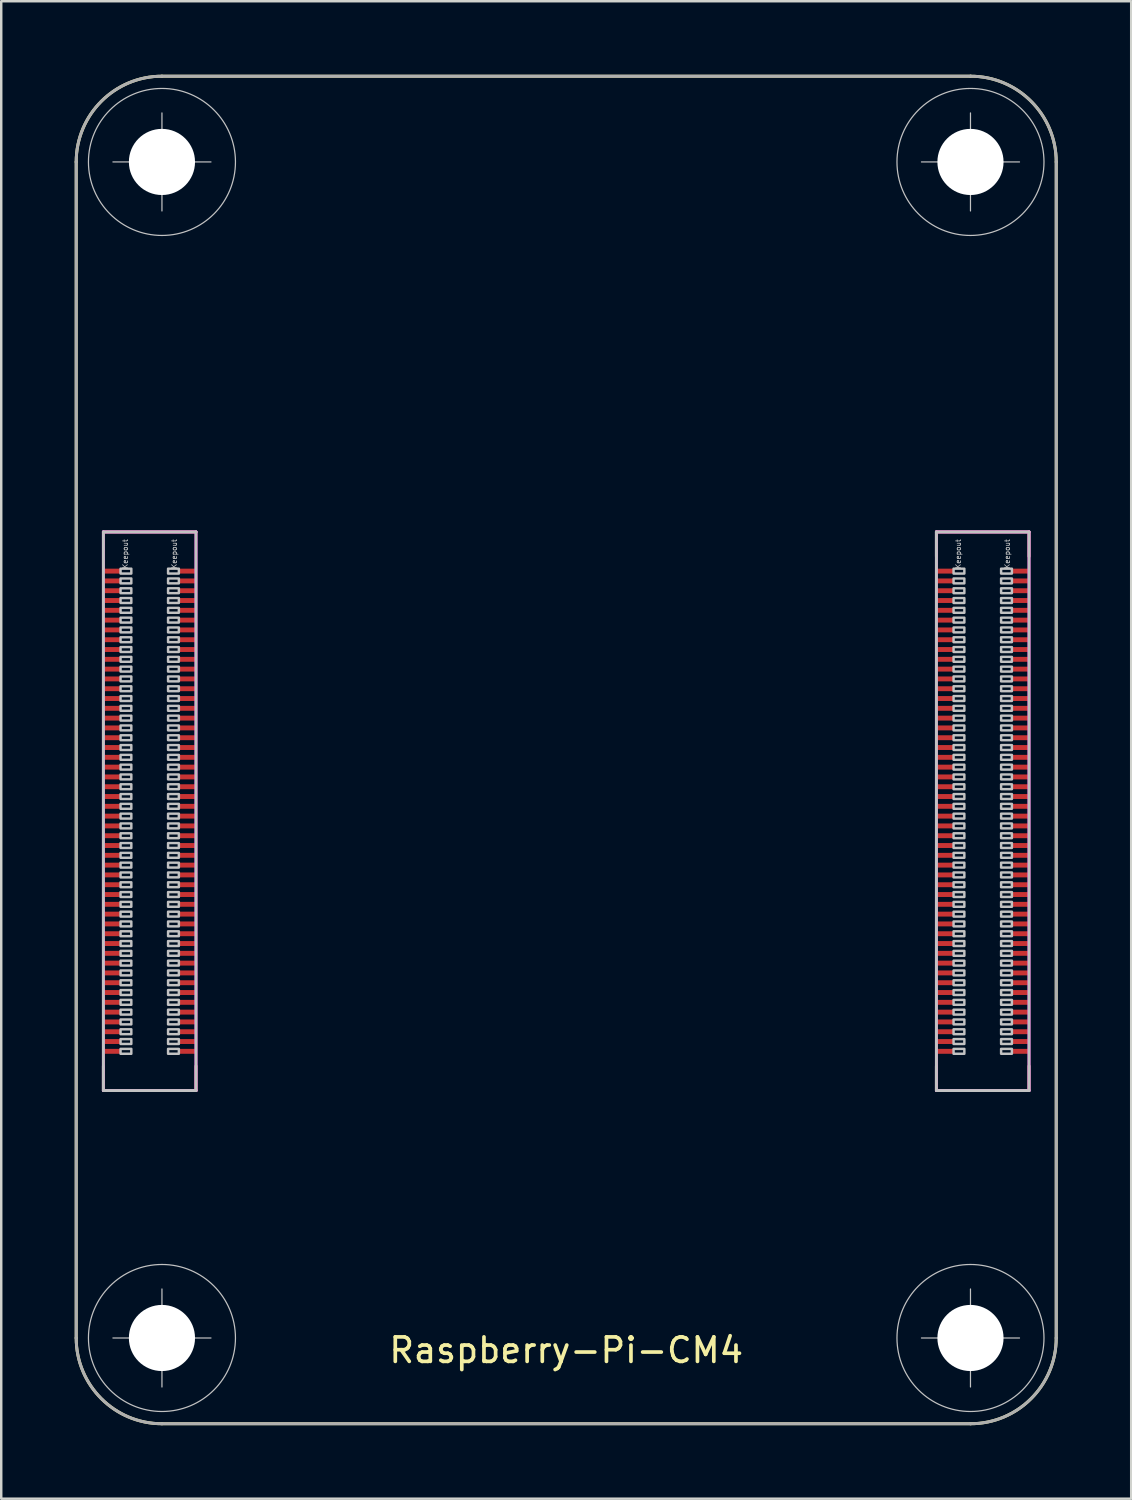
<source format=kicad_pcb>
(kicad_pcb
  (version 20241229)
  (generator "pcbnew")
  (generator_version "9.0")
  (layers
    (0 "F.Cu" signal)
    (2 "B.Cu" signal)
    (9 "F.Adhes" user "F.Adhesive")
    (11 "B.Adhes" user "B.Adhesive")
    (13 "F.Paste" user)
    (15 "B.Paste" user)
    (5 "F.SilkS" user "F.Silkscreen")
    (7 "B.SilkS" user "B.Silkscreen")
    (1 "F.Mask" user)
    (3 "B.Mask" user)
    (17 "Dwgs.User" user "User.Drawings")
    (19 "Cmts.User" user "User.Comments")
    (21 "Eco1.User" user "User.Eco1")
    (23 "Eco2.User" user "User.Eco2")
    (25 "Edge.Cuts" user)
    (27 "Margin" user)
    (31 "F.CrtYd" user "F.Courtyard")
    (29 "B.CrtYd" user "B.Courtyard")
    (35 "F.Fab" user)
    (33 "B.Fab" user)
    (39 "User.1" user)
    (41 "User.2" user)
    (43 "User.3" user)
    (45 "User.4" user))
  (footprint "Raspberry-Pi-CM4"
    (layer "F.Cu")
    (at 20.06 30.06)
    (property "Reference" "Raspberry-Pi-CM4" (at 0 22 0) (layer "F.SilkS") (effects (font (size 1 1) (thickness 0.15))))
    (attr smd)
    (fp_line (start -20 -26.5) (end -20 21.5) (stroke (width 0.12) (type solid)) (layer "F.SilkS"))
    (fp_line (start -18.89 -11.4) (end -15.11 -11.4) (stroke (width 0.12) (type solid)) (layer "F.SilkS"))
    (fp_line (start -18.89 11.4) (end -18.89 10.4) (stroke (width 0.12) (type solid)) (layer "F.SilkS"))
    (fp_line (start -18.89 11.4) (end -15.11 11.4) (stroke (width 0.12) (type solid)) (layer "F.SilkS"))
    (fp_line (start -16.5 25) (end 16.5 25) (stroke (width 0.12) (type solid)) (layer "F.SilkS"))
    (fp_line (start -15.11 11.4) (end -15.11 10.4) (stroke (width 0.12) (type solid)) (layer "F.SilkS"))
    (fp_line (start 15.11 -11.4) (end 15.11 -10.4) (stroke (width 0.12) (type solid)) (layer "F.SilkS"))
    (fp_line (start 15.11 -11.4) (end 18.89 -11.4) (stroke (width 0.12) (type solid)) (layer "F.SilkS"))
    (fp_line (start 15.11 11.4) (end 15.11 10.4) (stroke (width 0.12) (type solid)) (layer "F.SilkS"))
    (fp_line (start 15.11 11.4) (end 18.89 11.4) (stroke (width 0.12) (type solid)) (layer "F.SilkS"))
    (fp_line (start 16.5 -30) (end -16.5 -30) (stroke (width 0.12) (type solid)) (layer "F.SilkS"))
    (fp_line (start 18.89 -11.4) (end 18.89 -10.4) (stroke (width 0.12) (type solid)) (layer "F.SilkS"))
    (fp_line (start 18.89 11.4) (end 18.89 10.4) (stroke (width 0.12) (type solid)) (layer "F.SilkS"))
    (fp_line (start 20 21.5) (end 20 -26.5) (stroke (width 0.12) (type solid)) (layer "F.SilkS"))
    (fp_arc (start -20 -26.5) (mid -18.974874 -28.974874) (end -16.5 -30) (stroke (width 0.12) (type solid)) (layer "F.SilkS"))
    (fp_arc (start -16.5 25) (mid -18.974874 23.974874) (end -20 21.5) (stroke (width 0.12) (type solid)) (layer "F.SilkS"))
    (fp_arc (start 16.5 -30) (mid 18.974874 -28.974874) (end 20 -26.5) (stroke (width 0.12) (type solid)) (layer "F.SilkS"))
    (fp_arc (start 20 21.5) (mid 18.974874 23.974874) (end 16.5 25) (stroke (width 0.12) (type solid)) (layer "F.SilkS"))
    (fp_line (start -18.89 -11.4) (end -15.11 -11.4) (stroke (width 0.12) (type solid)) (layer "Dwgs.User"))
    (fp_line (start -18.89 11.4) (end -18.89 -11.4) (stroke (width 0.12) (type solid)) (layer "Dwgs.User"))
    (fp_line (start -16.5 -26.5) (end -18.5 -26.5) (stroke (width 0.05) (type solid)) (layer "Dwgs.User"))
    (fp_line (start -16.5 -26.5) (end -16.5 -28.5) (stroke (width 0.05) (type solid)) (layer "Dwgs.User"))
    (fp_line (start -16.5 -26.5) (end -16.5 -24.5) (stroke (width 0.05) (type solid)) (layer "Dwgs.User"))
    (fp_line (start -16.5 -26.5) (end -14.5 -26.5) (stroke (width 0.05) (type solid)) (layer "Dwgs.User"))
    (fp_line (start -16.5 21.5) (end -18.5 21.5) (stroke (width 0.05) (type solid)) (layer "Dwgs.User"))
    (fp_line (start -16.5 21.5) (end -16.5 19.5) (stroke (width 0.05) (type solid)) (layer "Dwgs.User"))
    (fp_line (start -16.5 21.5) (end -16.5 23.5) (stroke (width 0.05) (type solid)) (layer "Dwgs.User"))
    (fp_line (start -16.5 21.5) (end -14.5 21.5) (stroke (width 0.05) (type solid)) (layer "Dwgs.User"))
    (fp_line (start -15.11 -11.4) (end -15.11 11.4) (stroke (width 0.12) (type solid)) (layer "Dwgs.User"))
    (fp_line (start -15.11 11.4) (end -18.89 11.4) (stroke (width 0.12) (type solid)) (layer "Dwgs.User"))
    (fp_line (start 15.11 -11.4) (end 18.89 -11.4) (stroke (width 0.12) (type solid)) (layer "Dwgs.User"))
    (fp_line (start 15.11 11.4) (end 15.11 -11.4) (stroke (width 0.12) (type solid)) (layer "Dwgs.User"))
    (fp_line (start 16.5 -26.5) (end 14.5 -26.5) (stroke (width 0.05) (type solid)) (layer "Dwgs.User"))
    (fp_line (start 16.5 -26.5) (end 16.5 -28.5) (stroke (width 0.05) (type solid)) (layer "Dwgs.User"))
    (fp_line (start 16.5 -26.5) (end 16.5 -24.5) (stroke (width 0.05) (type solid)) (layer "Dwgs.User"))
    (fp_line (start 16.5 -26.5) (end 18.5 -26.5) (stroke (width 0.05) (type solid)) (layer "Dwgs.User"))
    (fp_line (start 16.5 21.5) (end 14.5 21.5) (stroke (width 0.05) (type solid)) (layer "Dwgs.User"))
    (fp_line (start 16.5 21.5) (end 16.5 19.5) (stroke (width 0.05) (type solid)) (layer "Dwgs.User"))
    (fp_line (start 16.5 21.5) (end 16.5 23.5) (stroke (width 0.05) (type solid)) (layer "Dwgs.User"))
    (fp_line (start 16.5 21.5) (end 18.5 21.5) (stroke (width 0.05) (type solid)) (layer "Dwgs.User"))
    (fp_line (start 18.89 -11.4) (end 18.89 11.4) (stroke (width 0.12) (type solid)) (layer "Dwgs.User"))
    (fp_line (start 18.89 11.4) (end 15.11 11.4) (stroke (width 0.12) (type solid)) (layer "Dwgs.User"))
    (fp_circle (center -16.5 -26.5) (end -13.5 -26.5) (stroke (width 0.05) (type solid)) (fill no) (layer "Dwgs.User"))
    (fp_circle (center -16.5 21.5) (end -13.5 21.5) (stroke (width 0.05) (type solid)) (fill no) (layer "Dwgs.User"))
    (fp_circle (center 16.5 -26.5) (end 19.5 -26.5) (stroke (width 0.05) (type solid)) (fill no) (layer "Dwgs.User"))
    (fp_circle (center 16.5 21.5) (end 19.5 21.5) (stroke (width 0.05) (type solid)) (fill no) (layer "Dwgs.User"))
    (fp_poly (pts (xy -17.75 -9.7) (xy -18.19 -9.7) (xy -18.19 -9.9) (xy -17.75 -9.9)) (stroke (width 0.1) (type solid)) (fill no) (layer "Dwgs.User"))
    (fp_poly (pts (xy -17.75 -9.3) (xy -18.19 -9.3) (xy -18.19 -9.5) (xy -17.75 -9.5)) (stroke (width 0.1) (type solid)) (fill no) (layer "Dwgs.User"))
    (fp_poly (pts (xy -17.75 -8.9) (xy -18.19 -8.9) (xy -18.19 -9.1) (xy -17.75 -9.1)) (stroke (width 0.1) (type solid)) (fill no) (layer "Dwgs.User"))
    (fp_poly (pts (xy -17.75 -8.5) (xy -18.19 -8.5) (xy -18.19 -8.7) (xy -17.75 -8.7)) (stroke (width 0.1) (type solid)) (fill no) (layer "Dwgs.User"))
    (fp_poly (pts (xy -17.75 -8.1) (xy -18.19 -8.1) (xy -18.19 -8.3) (xy -17.75 -8.3)) (stroke (width 0.1) (type solid)) (fill no) (layer "Dwgs.User"))
    (fp_poly (pts (xy -17.75 -7.7) (xy -18.19 -7.7) (xy -18.19 -7.9) (xy -17.75 -7.9)) (stroke (width 0.1) (type solid)) (fill no) (layer "Dwgs.User"))
    (fp_poly (pts (xy -17.75 -7.3) (xy -18.19 -7.3) (xy -18.19 -7.5) (xy -17.75 -7.5)) (stroke (width 0.1) (type solid)) (fill no) (layer "Dwgs.User"))
    (fp_poly (pts (xy -17.75 -6.9) (xy -18.19 -6.9) (xy -18.19 -7.1) (xy -17.75 -7.1)) (stroke (width 0.1) (type solid)) (fill no) (layer "Dwgs.User"))
    (fp_poly (pts (xy -17.75 -6.5) (xy -18.19 -6.5) (xy -18.19 -6.7) (xy -17.75 -6.7)) (stroke (width 0.1) (type solid)) (fill no) (layer "Dwgs.User"))
    (fp_poly (pts (xy -17.75 -6.1) (xy -18.19 -6.1) (xy -18.19 -6.3) (xy -17.75 -6.3)) (stroke (width 0.1) (type solid)) (fill no) (layer "Dwgs.User"))
    (fp_poly (pts (xy -17.75 -5.7) (xy -18.19 -5.7) (xy -18.19 -5.9) (xy -17.75 -5.9)) (stroke (width 0.1) (type solid)) (fill no) (layer "Dwgs.User"))
    (fp_poly (pts (xy -17.75 -5.3) (xy -18.19 -5.3) (xy -18.19 -5.5) (xy -17.75 -5.5)) (stroke (width 0.1) (type solid)) (fill no) (layer "Dwgs.User"))
    (fp_poly (pts (xy -17.75 -4.9) (xy -18.19 -4.9) (xy -18.19 -5.1) (xy -17.75 -5.1)) (stroke (width 0.1) (type solid)) (fill no) (layer "Dwgs.User"))
    (fp_poly (pts (xy -17.75 -4.5) (xy -18.19 -4.5) (xy -18.19 -4.7) (xy -17.75 -4.7)) (stroke (width 0.1) (type solid)) (fill no) (layer "Dwgs.User"))
    (fp_poly (pts (xy -17.75 -4.1) (xy -18.19 -4.1) (xy -18.19 -4.3) (xy -17.75 -4.3)) (stroke (width 0.1) (type solid)) (fill no) (layer "Dwgs.User"))
    (fp_poly (pts (xy -17.75 -3.7) (xy -18.19 -3.7) (xy -18.19 -3.9) (xy -17.75 -3.9)) (stroke (width 0.1) (type solid)) (fill no) (layer "Dwgs.User"))
    (fp_poly (pts (xy -17.75 -3.3) (xy -18.19 -3.3) (xy -18.19 -3.5) (xy -17.75 -3.5)) (stroke (width 0.1) (type solid)) (fill no) (layer "Dwgs.User"))
    (fp_poly (pts (xy -17.75 -2.9) (xy -18.19 -2.9) (xy -18.19 -3.1) (xy -17.75 -3.1)) (stroke (width 0.1) (type solid)) (fill no) (layer "Dwgs.User"))
    (fp_poly (pts (xy -17.75 -2.5) (xy -18.19 -2.5) (xy -18.19 -2.7) (xy -17.75 -2.7)) (stroke (width 0.1) (type solid)) (fill no) (layer "Dwgs.User"))
    (fp_poly (pts (xy -17.75 -2.1) (xy -18.19 -2.1) (xy -18.19 -2.3) (xy -17.75 -2.3)) (stroke (width 0.1) (type solid)) (fill no) (layer "Dwgs.User"))
    (fp_poly (pts (xy -17.75 -1.7) (xy -18.19 -1.7) (xy -18.19 -1.9) (xy -17.75 -1.9)) (stroke (width 0.1) (type solid)) (fill no) (layer "Dwgs.User"))
    (fp_poly (pts (xy -17.75 -1.3) (xy -18.19 -1.3) (xy -18.19 -1.5) (xy -17.75 -1.5)) (stroke (width 0.1) (type solid)) (fill no) (layer "Dwgs.User"))
    (fp_poly (pts (xy -17.75 -0.9) (xy -18.19 -0.9) (xy -18.19 -1.1) (xy -17.75 -1.1)) (stroke (width 0.1) (type solid)) (fill no) (layer "Dwgs.User"))
    (fp_poly (pts (xy -17.75 -0.5) (xy -18.19 -0.5) (xy -18.19 -0.7) (xy -17.75 -0.7)) (stroke (width 0.1) (type solid)) (fill no) (layer "Dwgs.User"))
    (fp_poly (pts (xy -17.75 -0.1) (xy -18.19 -0.1) (xy -18.19 -0.3) (xy -17.75 -0.3)) (stroke (width 0.1) (type solid)) (fill no) (layer "Dwgs.User"))
    (fp_poly (pts (xy -17.75 0.3) (xy -18.19 0.3) (xy -18.19 0.1) (xy -17.75 0.1)) (stroke (width 0.1) (type solid)) (fill no) (layer "Dwgs.User"))
    (fp_poly (pts (xy -17.75 0.7) (xy -18.19 0.7) (xy -18.19 0.5) (xy -17.75 0.5)) (stroke (width 0.1) (type solid)) (fill no) (layer "Dwgs.User"))
    (fp_poly (pts (xy -17.75 1.1) (xy -18.19 1.1) (xy -18.19 0.9) (xy -17.75 0.9)) (stroke (width 0.1) (type solid)) (fill no) (layer "Dwgs.User"))
    (fp_poly (pts (xy -17.75 1.5) (xy -18.19 1.5) (xy -18.19 1.3) (xy -17.75 1.3)) (stroke (width 0.1) (type solid)) (fill no) (layer "Dwgs.User"))
    (fp_poly (pts (xy -17.75 1.9) (xy -18.19 1.9) (xy -18.19 1.7) (xy -17.75 1.7)) (stroke (width 0.1) (type solid)) (fill no) (layer "Dwgs.User"))
    (fp_poly (pts (xy -17.75 2.3) (xy -18.19 2.3) (xy -18.19 2.1) (xy -17.75 2.1)) (stroke (width 0.1) (type solid)) (fill no) (layer "Dwgs.User"))
    (fp_poly (pts (xy -17.75 2.7) (xy -18.19 2.7) (xy -18.19 2.5) (xy -17.75 2.5)) (stroke (width 0.1) (type solid)) (fill no) (layer "Dwgs.User"))
    (fp_poly (pts (xy -17.75 3.1) (xy -18.19 3.1) (xy -18.19 2.9) (xy -17.75 2.9)) (stroke (width 0.1) (type solid)) (fill no) (layer "Dwgs.User"))
    (fp_poly (pts (xy -17.75 3.5) (xy -18.19 3.5) (xy -18.19 3.3) (xy -17.75 3.3)) (stroke (width 0.1) (type solid)) (fill no) (layer "Dwgs.User"))
    (fp_poly (pts (xy -17.75 3.9) (xy -18.19 3.9) (xy -18.19 3.7) (xy -17.75 3.7)) (stroke (width 0.1) (type solid)) (fill no) (layer "Dwgs.User"))
    (fp_poly (pts (xy -17.75 4.3) (xy -18.19 4.3) (xy -18.19 4.1) (xy -17.75 4.1)) (stroke (width 0.1) (type solid)) (fill no) (layer "Dwgs.User"))
    (fp_poly (pts (xy -17.75 4.7) (xy -18.19 4.7) (xy -18.19 4.5) (xy -17.75 4.5)) (stroke (width 0.1) (type solid)) (fill no) (layer "Dwgs.User"))
    (fp_poly (pts (xy -17.75 5.1) (xy -18.19 5.1) (xy -18.19 4.9) (xy -17.75 4.9)) (stroke (width 0.1) (type solid)) (fill no) (layer "Dwgs.User"))
    (fp_poly (pts (xy -17.75 5.5) (xy -18.19 5.5) (xy -18.19 5.3) (xy -17.75 5.3)) (stroke (width 0.1) (type solid)) (fill no) (layer "Dwgs.User"))
    (fp_poly (pts (xy -17.75 5.9) (xy -18.19 5.9) (xy -18.19 5.7) (xy -17.75 5.7)) (stroke (width 0.1) (type solid)) (fill no) (layer "Dwgs.User"))
    (fp_poly (pts (xy -17.75 6.3) (xy -18.19 6.3) (xy -18.19 6.1) (xy -17.75 6.1)) (stroke (width 0.1) (type solid)) (fill no) (layer "Dwgs.User"))
    (fp_poly (pts (xy -17.75 6.7) (xy -18.19 6.7) (xy -18.19 6.5) (xy -17.75 6.5)) (stroke (width 0.1) (type solid)) (fill no) (layer "Dwgs.User"))
    (fp_poly (pts (xy -17.75 7.1) (xy -18.19 7.1) (xy -18.19 6.9) (xy -17.75 6.9)) (stroke (width 0.1) (type solid)) (fill no) (layer "Dwgs.User"))
    (fp_poly (pts (xy -17.75 7.5) (xy -18.19 7.5) (xy -18.19 7.3) (xy -17.75 7.3)) (stroke (width 0.1) (type solid)) (fill no) (layer "Dwgs.User"))
    (fp_poly (pts (xy -17.75 7.9) (xy -18.19 7.9) (xy -18.19 7.7) (xy -17.75 7.7)) (stroke (width 0.1) (type solid)) (fill no) (layer "Dwgs.User"))
    (fp_poly (pts (xy -17.75 8.3) (xy -18.19 8.3) (xy -18.19 8.1) (xy -17.75 8.1)) (stroke (width 0.1) (type solid)) (fill no) (layer "Dwgs.User"))
    (fp_poly (pts (xy -17.75 8.7) (xy -18.19 8.7) (xy -18.19 8.5) (xy -17.75 8.5)) (stroke (width 0.1) (type solid)) (fill no) (layer "Dwgs.User"))
    (fp_poly (pts (xy -17.75 9.1) (xy -18.19 9.1) (xy -18.19 8.9) (xy -17.75 8.9)) (stroke (width 0.1) (type solid)) (fill no) (layer "Dwgs.User"))
    (fp_poly (pts (xy -17.75 9.5) (xy -18.19 9.5) (xy -18.19 9.3) (xy -17.75 9.3)) (stroke (width 0.1) (type solid)) (fill no) (layer "Dwgs.User"))
    (fp_poly (pts (xy -17.75 9.9) (xy -18.19 9.9) (xy -18.19 9.7) (xy -17.75 9.7)) (stroke (width 0.1) (type solid)) (fill no) (layer "Dwgs.User"))
    (fp_poly (pts (xy -15.81 -9.7) (xy -16.25 -9.7) (xy -16.25 -9.9) (xy -15.81 -9.9)) (stroke (width 0.1) (type solid)) (fill no) (layer "Dwgs.User"))
    (fp_poly (pts (xy -15.81 -9.3) (xy -16.25 -9.3) (xy -16.25 -9.5) (xy -15.81 -9.5)) (stroke (width 0.1) (type solid)) (fill no) (layer "Dwgs.User"))
    (fp_poly (pts (xy -15.81 -8.9) (xy -16.25 -8.9) (xy -16.25 -9.1) (xy -15.81 -9.1)) (stroke (width 0.1) (type solid)) (fill no) (layer "Dwgs.User"))
    (fp_poly (pts (xy -15.81 -8.5) (xy -16.25 -8.5) (xy -16.25 -8.7) (xy -15.81 -8.7)) (stroke (width 0.1) (type solid)) (fill no) (layer "Dwgs.User"))
    (fp_poly (pts (xy -15.81 -8.1) (xy -16.25 -8.1) (xy -16.25 -8.3) (xy -15.81 -8.3)) (stroke (width 0.1) (type solid)) (fill no) (layer "Dwgs.User"))
    (fp_poly (pts (xy -15.81 -7.7) (xy -16.25 -7.7) (xy -16.25 -7.9) (xy -15.81 -7.9)) (stroke (width 0.1) (type solid)) (fill no) (layer "Dwgs.User"))
    (fp_poly (pts (xy -15.81 -7.3) (xy -16.25 -7.3) (xy -16.25 -7.5) (xy -15.81 -7.5)) (stroke (width 0.1) (type solid)) (fill no) (layer "Dwgs.User"))
    (fp_poly (pts (xy -15.81 -6.9) (xy -16.25 -6.9) (xy -16.25 -7.1) (xy -15.81 -7.1)) (stroke (width 0.1) (type solid)) (fill no) (layer "Dwgs.User"))
    (fp_poly (pts (xy -15.81 -6.5) (xy -16.25 -6.5) (xy -16.25 -6.7) (xy -15.81 -6.7)) (stroke (width 0.1) (type solid)) (fill no) (layer "Dwgs.User"))
    (fp_poly (pts (xy -15.81 -6.1) (xy -16.25 -6.1) (xy -16.25 -6.3) (xy -15.81 -6.3)) (stroke (width 0.1) (type solid)) (fill no) (layer "Dwgs.User"))
    (fp_poly (pts (xy -15.81 -5.7) (xy -16.25 -5.7) (xy -16.25 -5.9) (xy -15.81 -5.9)) (stroke (width 0.1) (type solid)) (fill no) (layer "Dwgs.User"))
    (fp_poly (pts (xy -15.81 -5.3) (xy -16.25 -5.3) (xy -16.25 -5.5) (xy -15.81 -5.5)) (stroke (width 0.1) (type solid)) (fill no) (layer "Dwgs.User"))
    (fp_poly (pts (xy -15.81 -4.9) (xy -16.25 -4.9) (xy -16.25 -5.1) (xy -15.81 -5.1)) (stroke (width 0.1) (type solid)) (fill no) (layer "Dwgs.User"))
    (fp_poly (pts (xy -15.81 -4.5) (xy -16.25 -4.5) (xy -16.25 -4.7) (xy -15.81 -4.7)) (stroke (width 0.1) (type solid)) (fill no) (layer "Dwgs.User"))
    (fp_poly (pts (xy -15.81 -4.1) (xy -16.25 -4.1) (xy -16.25 -4.3) (xy -15.81 -4.3)) (stroke (width 0.1) (type solid)) (fill no) (layer "Dwgs.User"))
    (fp_poly (pts (xy -15.81 -3.7) (xy -16.25 -3.7) (xy -16.25 -3.9) (xy -15.81 -3.9)) (stroke (width 0.1) (type solid)) (fill no) (layer "Dwgs.User"))
    (fp_poly (pts (xy -15.81 -3.3) (xy -16.25 -3.3) (xy -16.25 -3.5) (xy -15.81 -3.5)) (stroke (width 0.1) (type solid)) (fill no) (layer "Dwgs.User"))
    (fp_poly (pts (xy -15.81 -2.9) (xy -16.25 -2.9) (xy -16.25 -3.1) (xy -15.81 -3.1)) (stroke (width 0.1) (type solid)) (fill no) (layer "Dwgs.User"))
    (fp_poly (pts (xy -15.81 -2.5) (xy -16.25 -2.5) (xy -16.25 -2.7) (xy -15.81 -2.7)) (stroke (width 0.1) (type solid)) (fill no) (layer "Dwgs.User"))
    (fp_poly (pts (xy -15.81 -2.1) (xy -16.25 -2.1) (xy -16.25 -2.3) (xy -15.81 -2.3)) (stroke (width 0.1) (type solid)) (fill no) (layer "Dwgs.User"))
    (fp_poly (pts (xy -15.81 -1.7) (xy -16.25 -1.7) (xy -16.25 -1.9) (xy -15.81 -1.9)) (stroke (width 0.1) (type solid)) (fill no) (layer "Dwgs.User"))
    (fp_poly (pts (xy -15.81 -1.3) (xy -16.25 -1.3) (xy -16.25 -1.5) (xy -15.81 -1.5)) (stroke (width 0.1) (type solid)) (fill no) (layer "Dwgs.User"))
    (fp_poly (pts (xy -15.81 -0.9) (xy -16.25 -0.9) (xy -16.25 -1.1) (xy -15.81 -1.1)) (stroke (width 0.1) (type solid)) (fill no) (layer "Dwgs.User"))
    (fp_poly (pts (xy -15.81 -0.5) (xy -16.25 -0.5) (xy -16.25 -0.7) (xy -15.81 -0.7)) (stroke (width 0.1) (type solid)) (fill no) (layer "Dwgs.User"))
    (fp_poly (pts (xy -15.81 -0.1) (xy -16.25 -0.1) (xy -16.25 -0.3) (xy -15.81 -0.3)) (stroke (width 0.1) (type solid)) (fill no) (layer "Dwgs.User"))
    (fp_poly (pts (xy -15.81 0.3) (xy -16.25 0.3) (xy -16.25 0.1) (xy -15.81 0.1)) (stroke (width 0.1) (type solid)) (fill no) (layer "Dwgs.User"))
    (fp_poly (pts (xy -15.81 0.7) (xy -16.25 0.7) (xy -16.25 0.5) (xy -15.81 0.5)) (stroke (width 0.1) (type solid)) (fill no) (layer "Dwgs.User"))
    (fp_poly (pts (xy -15.81 1.1) (xy -16.25 1.1) (xy -16.25 0.9) (xy -15.81 0.9)) (stroke (width 0.1) (type solid)) (fill no) (layer "Dwgs.User"))
    (fp_poly (pts (xy -15.81 1.5) (xy -16.25 1.5) (xy -16.25 1.3) (xy -15.81 1.3)) (stroke (width 0.1) (type solid)) (fill no) (layer "Dwgs.User"))
    (fp_poly (pts (xy -15.81 1.9) (xy -16.25 1.9) (xy -16.25 1.7) (xy -15.81 1.7)) (stroke (width 0.1) (type solid)) (fill no) (layer "Dwgs.User"))
    (fp_poly (pts (xy -15.81 2.3) (xy -16.25 2.3) (xy -16.25 2.1) (xy -15.81 2.1)) (stroke (width 0.1) (type solid)) (fill no) (layer "Dwgs.User"))
    (fp_poly (pts (xy -15.81 2.7) (xy -16.25 2.7) (xy -16.25 2.5) (xy -15.81 2.5)) (stroke (width 0.1) (type solid)) (fill no) (layer "Dwgs.User"))
    (fp_poly (pts (xy -15.81 3.1) (xy -16.25 3.1) (xy -16.25 2.9) (xy -15.81 2.9)) (stroke (width 0.1) (type solid)) (fill no) (layer "Dwgs.User"))
    (fp_poly (pts (xy -15.81 3.5) (xy -16.25 3.5) (xy -16.25 3.3) (xy -15.81 3.3)) (stroke (width 0.1) (type solid)) (fill no) (layer "Dwgs.User"))
    (fp_poly (pts (xy -15.81 3.9) (xy -16.25 3.9) (xy -16.25 3.7) (xy -15.81 3.7)) (stroke (width 0.1) (type solid)) (fill no) (layer "Dwgs.User"))
    (fp_poly (pts (xy -15.81 4.3) (xy -16.25 4.3) (xy -16.25 4.1) (xy -15.81 4.1)) (stroke (width 0.1) (type solid)) (fill no) (layer "Dwgs.User"))
    (fp_poly (pts (xy -15.81 4.7) (xy -16.25 4.7) (xy -16.25 4.5) (xy -15.81 4.5)) (stroke (width 0.1) (type solid)) (fill no) (layer "Dwgs.User"))
    (fp_poly (pts (xy -15.81 5.1) (xy -16.25 5.1) (xy -16.25 4.9) (xy -15.81 4.9)) (stroke (width 0.1) (type solid)) (fill no) (layer "Dwgs.User"))
    (fp_poly (pts (xy -15.81 5.5) (xy -16.25 5.5) (xy -16.25 5.3) (xy -15.81 5.3)) (stroke (width 0.1) (type solid)) (fill no) (layer "Dwgs.User"))
    (fp_poly (pts (xy -15.81 5.9) (xy -16.25 5.9) (xy -16.25 5.7) (xy -15.81 5.7)) (stroke (width 0.1) (type solid)) (fill no) (layer "Dwgs.User"))
    (fp_poly (pts (xy -15.81 6.3) (xy -16.25 6.3) (xy -16.25 6.1) (xy -15.81 6.1)) (stroke (width 0.1) (type solid)) (fill no) (layer "Dwgs.User"))
    (fp_poly (pts (xy -15.81 6.7) (xy -16.25 6.7) (xy -16.25 6.5) (xy -15.81 6.5)) (stroke (width 0.1) (type solid)) (fill no) (layer "Dwgs.User"))
    (fp_poly (pts (xy -15.81 7.1) (xy -16.25 7.1) (xy -16.25 6.9) (xy -15.81 6.9)) (stroke (width 0.1) (type solid)) (fill no) (layer "Dwgs.User"))
    (fp_poly (pts (xy -15.81 7.5) (xy -16.25 7.5) (xy -16.25 7.3) (xy -15.81 7.3)) (stroke (width 0.1) (type solid)) (fill no) (layer "Dwgs.User"))
    (fp_poly (pts (xy -15.81 7.9) (xy -16.25 7.9) (xy -16.25 7.7) (xy -15.81 7.7)) (stroke (width 0.1) (type solid)) (fill no) (layer "Dwgs.User"))
    (fp_poly (pts (xy -15.81 8.3) (xy -16.25 8.3) (xy -16.25 8.1) (xy -15.81 8.1)) (stroke (width 0.1) (type solid)) (fill no) (layer "Dwgs.User"))
    (fp_poly (pts (xy -15.81 8.7) (xy -16.25 8.7) (xy -16.25 8.5) (xy -15.81 8.5)) (stroke (width 0.1) (type solid)) (fill no) (layer "Dwgs.User"))
    (fp_poly (pts (xy -15.81 9.1) (xy -16.25 9.1) (xy -16.25 8.9) (xy -15.81 8.9)) (stroke (width 0.1) (type solid)) (fill no) (layer "Dwgs.User"))
    (fp_poly (pts (xy -15.81 9.5) (xy -16.25 9.5) (xy -16.25 9.3) (xy -15.81 9.3)) (stroke (width 0.1) (type solid)) (fill no) (layer "Dwgs.User"))
    (fp_poly (pts (xy -15.81 9.9) (xy -16.25 9.9) (xy -16.25 9.7) (xy -15.81 9.7)) (stroke (width 0.1) (type solid)) (fill no) (layer "Dwgs.User"))
    (fp_poly (pts (xy 16.25 -9.7) (xy 15.81 -9.7) (xy 15.81 -9.9) (xy 16.25 -9.9)) (stroke (width 0.1) (type solid)) (fill no) (layer "Dwgs.User"))
    (fp_poly (pts (xy 16.25 -9.3) (xy 15.81 -9.3) (xy 15.81 -9.5) (xy 16.25 -9.5)) (stroke (width 0.1) (type solid)) (fill no) (layer "Dwgs.User"))
    (fp_poly (pts (xy 16.25 -8.9) (xy 15.81 -8.9) (xy 15.81 -9.1) (xy 16.25 -9.1)) (stroke (width 0.1) (type solid)) (fill no) (layer "Dwgs.User"))
    (fp_poly (pts (xy 16.25 -8.5) (xy 15.81 -8.5) (xy 15.81 -8.7) (xy 16.25 -8.7)) (stroke (width 0.1) (type solid)) (fill no) (layer "Dwgs.User"))
    (fp_poly (pts (xy 16.25 -8.1) (xy 15.81 -8.1) (xy 15.81 -8.3) (xy 16.25 -8.3)) (stroke (width 0.1) (type solid)) (fill no) (layer "Dwgs.User"))
    (fp_poly (pts (xy 16.25 -7.7) (xy 15.81 -7.7) (xy 15.81 -7.9) (xy 16.25 -7.9)) (stroke (width 0.1) (type solid)) (fill no) (layer "Dwgs.User"))
    (fp_poly (pts (xy 16.25 -7.3) (xy 15.81 -7.3) (xy 15.81 -7.5) (xy 16.25 -7.5)) (stroke (width 0.1) (type solid)) (fill no) (layer "Dwgs.User"))
    (fp_poly (pts (xy 16.25 -6.9) (xy 15.81 -6.9) (xy 15.81 -7.1) (xy 16.25 -7.1)) (stroke (width 0.1) (type solid)) (fill no) (layer "Dwgs.User"))
    (fp_poly (pts (xy 16.25 -6.5) (xy 15.81 -6.5) (xy 15.81 -6.7) (xy 16.25 -6.7)) (stroke (width 0.1) (type solid)) (fill no) (layer "Dwgs.User"))
    (fp_poly (pts (xy 16.25 -6.1) (xy 15.81 -6.1) (xy 15.81 -6.3) (xy 16.25 -6.3)) (stroke (width 0.1) (type solid)) (fill no) (layer "Dwgs.User"))
    (fp_poly (pts (xy 16.25 -5.7) (xy 15.81 -5.7) (xy 15.81 -5.9) (xy 16.25 -5.9)) (stroke (width 0.1) (type solid)) (fill no) (layer "Dwgs.User"))
    (fp_poly (pts (xy 16.25 -5.3) (xy 15.81 -5.3) (xy 15.81 -5.5) (xy 16.25 -5.5)) (stroke (width 0.1) (type solid)) (fill no) (layer "Dwgs.User"))
    (fp_poly (pts (xy 16.25 -4.9) (xy 15.81 -4.9) (xy 15.81 -5.1) (xy 16.25 -5.1)) (stroke (width 0.1) (type solid)) (fill no) (layer "Dwgs.User"))
    (fp_poly (pts (xy 16.25 -4.5) (xy 15.81 -4.5) (xy 15.81 -4.7) (xy 16.25 -4.7)) (stroke (width 0.1) (type solid)) (fill no) (layer "Dwgs.User"))
    (fp_poly (pts (xy 16.25 -4.1) (xy 15.81 -4.1) (xy 15.81 -4.3) (xy 16.25 -4.3)) (stroke (width 0.1) (type solid)) (fill no) (layer "Dwgs.User"))
    (fp_poly (pts (xy 16.25 -3.7) (xy 15.81 -3.7) (xy 15.81 -3.9) (xy 16.25 -3.9)) (stroke (width 0.1) (type solid)) (fill no) (layer "Dwgs.User"))
    (fp_poly (pts (xy 16.25 -3.3) (xy 15.81 -3.3) (xy 15.81 -3.5) (xy 16.25 -3.5)) (stroke (width 0.1) (type solid)) (fill no) (layer "Dwgs.User"))
    (fp_poly (pts (xy 16.25 -2.9) (xy 15.81 -2.9) (xy 15.81 -3.1) (xy 16.25 -3.1)) (stroke (width 0.1) (type solid)) (fill no) (layer "Dwgs.User"))
    (fp_poly (pts (xy 16.25 -2.5) (xy 15.81 -2.5) (xy 15.81 -2.7) (xy 16.25 -2.7)) (stroke (width 0.1) (type solid)) (fill no) (layer "Dwgs.User"))
    (fp_poly (pts (xy 16.25 -2.1) (xy 15.81 -2.1) (xy 15.81 -2.3) (xy 16.25 -2.3)) (stroke (width 0.1) (type solid)) (fill no) (layer "Dwgs.User"))
    (fp_poly (pts (xy 16.25 -1.7) (xy 15.81 -1.7) (xy 15.81 -1.9) (xy 16.25 -1.9)) (stroke (width 0.1) (type solid)) (fill no) (layer "Dwgs.User"))
    (fp_poly (pts (xy 16.25 -1.3) (xy 15.81 -1.3) (xy 15.81 -1.5) (xy 16.25 -1.5)) (stroke (width 0.1) (type solid)) (fill no) (layer "Dwgs.User"))
    (fp_poly (pts (xy 16.25 -0.9) (xy 15.81 -0.9) (xy 15.81 -1.1) (xy 16.25 -1.1)) (stroke (width 0.1) (type solid)) (fill no) (layer "Dwgs.User"))
    (fp_poly (pts (xy 16.25 -0.5) (xy 15.81 -0.5) (xy 15.81 -0.7) (xy 16.25 -0.7)) (stroke (width 0.1) (type solid)) (fill no) (layer "Dwgs.User"))
    (fp_poly (pts (xy 16.25 -0.1) (xy 15.81 -0.1) (xy 15.81 -0.3) (xy 16.25 -0.3)) (stroke (width 0.1) (type solid)) (fill no) (layer "Dwgs.User"))
    (fp_poly (pts (xy 16.25 0.3) (xy 15.81 0.3) (xy 15.81 0.1) (xy 16.25 0.1)) (stroke (width 0.1) (type solid)) (fill no) (layer "Dwgs.User"))
    (fp_poly (pts (xy 16.25 0.7) (xy 15.81 0.7) (xy 15.81 0.5) (xy 16.25 0.5)) (stroke (width 0.1) (type solid)) (fill no) (layer "Dwgs.User"))
    (fp_poly (pts (xy 16.25 1.1) (xy 15.81 1.1) (xy 15.81 0.9) (xy 16.25 0.9)) (stroke (width 0.1) (type solid)) (fill no) (layer "Dwgs.User"))
    (fp_poly (pts (xy 16.25 1.5) (xy 15.81 1.5) (xy 15.81 1.3) (xy 16.25 1.3)) (stroke (width 0.1) (type solid)) (fill no) (layer "Dwgs.User"))
    (fp_poly (pts (xy 16.25 1.9) (xy 15.81 1.9) (xy 15.81 1.7) (xy 16.25 1.7)) (stroke (width 0.1) (type solid)) (fill no) (layer "Dwgs.User"))
    (fp_poly (pts (xy 16.25 2.3) (xy 15.81 2.3) (xy 15.81 2.1) (xy 16.25 2.1)) (stroke (width 0.1) (type solid)) (fill no) (layer "Dwgs.User"))
    (fp_poly (pts (xy 16.25 2.7) (xy 15.81 2.7) (xy 15.81 2.5) (xy 16.25 2.5)) (stroke (width 0.1) (type solid)) (fill no) (layer "Dwgs.User"))
    (fp_poly (pts (xy 16.25 3.1) (xy 15.81 3.1) (xy 15.81 2.9) (xy 16.25 2.9)) (stroke (width 0.1) (type solid)) (fill no) (layer "Dwgs.User"))
    (fp_poly (pts (xy 16.25 3.5) (xy 15.81 3.5) (xy 15.81 3.3) (xy 16.25 3.3)) (stroke (width 0.1) (type solid)) (fill no) (layer "Dwgs.User"))
    (fp_poly (pts (xy 16.25 3.9) (xy 15.81 3.9) (xy 15.81 3.7) (xy 16.25 3.7)) (stroke (width 0.1) (type solid)) (fill no) (layer "Dwgs.User"))
    (fp_poly (pts (xy 16.25 4.3) (xy 15.81 4.3) (xy 15.81 4.1) (xy 16.25 4.1)) (stroke (width 0.1) (type solid)) (fill no) (layer "Dwgs.User"))
    (fp_poly (pts (xy 16.25 4.7) (xy 15.81 4.7) (xy 15.81 4.5) (xy 16.25 4.5)) (stroke (width 0.1) (type solid)) (fill no) (layer "Dwgs.User"))
    (fp_poly (pts (xy 16.25 5.1) (xy 15.81 5.1) (xy 15.81 4.9) (xy 16.25 4.9)) (stroke (width 0.1) (type solid)) (fill no) (layer "Dwgs.User"))
    (fp_poly (pts (xy 16.25 5.5) (xy 15.81 5.5) (xy 15.81 5.3) (xy 16.25 5.3)) (stroke (width 0.1) (type solid)) (fill no) (layer "Dwgs.User"))
    (fp_poly (pts (xy 16.25 5.9) (xy 15.81 5.9) (xy 15.81 5.7) (xy 16.25 5.7)) (stroke (width 0.1) (type solid)) (fill no) (layer "Dwgs.User"))
    (fp_poly (pts (xy 16.25 6.3) (xy 15.81 6.3) (xy 15.81 6.1) (xy 16.25 6.1)) (stroke (width 0.1) (type solid)) (fill no) (layer "Dwgs.User"))
    (fp_poly (pts (xy 16.25 6.7) (xy 15.81 6.7) (xy 15.81 6.5) (xy 16.25 6.5)) (stroke (width 0.1) (type solid)) (fill no) (layer "Dwgs.User"))
    (fp_poly (pts (xy 16.25 7.1) (xy 15.81 7.1) (xy 15.81 6.9) (xy 16.25 6.9)) (stroke (width 0.1) (type solid)) (fill no) (layer "Dwgs.User"))
    (fp_poly (pts (xy 16.25 7.5) (xy 15.81 7.5) (xy 15.81 7.3) (xy 16.25 7.3)) (stroke (width 0.1) (type solid)) (fill no) (layer "Dwgs.User"))
    (fp_poly (pts (xy 16.25 7.9) (xy 15.81 7.9) (xy 15.81 7.7) (xy 16.25 7.7)) (stroke (width 0.1) (type solid)) (fill no) (layer "Dwgs.User"))
    (fp_poly (pts (xy 16.25 8.3) (xy 15.81 8.3) (xy 15.81 8.1) (xy 16.25 8.1)) (stroke (width 0.1) (type solid)) (fill no) (layer "Dwgs.User"))
    (fp_poly (pts (xy 16.25 8.7) (xy 15.81 8.7) (xy 15.81 8.5) (xy 16.25 8.5)) (stroke (width 0.1) (type solid)) (fill no) (layer "Dwgs.User"))
    (fp_poly (pts (xy 16.25 9.1) (xy 15.81 9.1) (xy 15.81 8.9) (xy 16.25 8.9)) (stroke (width 0.1) (type solid)) (fill no) (layer "Dwgs.User"))
    (fp_poly (pts (xy 16.25 9.5) (xy 15.81 9.5) (xy 15.81 9.3) (xy 16.25 9.3)) (stroke (width 0.1) (type solid)) (fill no) (layer "Dwgs.User"))
    (fp_poly (pts (xy 16.25 9.9) (xy 15.81 9.9) (xy 15.81 9.7) (xy 16.25 9.7)) (stroke (width 0.1) (type solid)) (fill no) (layer "Dwgs.User"))
    (fp_poly (pts (xy 18.19 -9.7) (xy 17.75 -9.7) (xy 17.75 -9.9) (xy 18.19 -9.9)) (stroke (width 0.1) (type solid)) (fill no) (layer "Dwgs.User"))
    (fp_poly (pts (xy 18.19 -9.3) (xy 17.75 -9.3) (xy 17.75 -9.5) (xy 18.19 -9.5)) (stroke (width 0.1) (type solid)) (fill no) (layer "Dwgs.User"))
    (fp_poly (pts (xy 18.19 -8.9) (xy 17.75 -8.9) (xy 17.75 -9.1) (xy 18.19 -9.1)) (stroke (width 0.1) (type solid)) (fill no) (layer "Dwgs.User"))
    (fp_poly (pts (xy 18.19 -8.5) (xy 17.75 -8.5) (xy 17.75 -8.7) (xy 18.19 -8.7)) (stroke (width 0.1) (type solid)) (fill no) (layer "Dwgs.User"))
    (fp_poly (pts (xy 18.19 -8.1) (xy 17.75 -8.1) (xy 17.75 -8.3) (xy 18.19 -8.3)) (stroke (width 0.1) (type solid)) (fill no) (layer "Dwgs.User"))
    (fp_poly (pts (xy 18.19 -7.7) (xy 17.75 -7.7) (xy 17.75 -7.9) (xy 18.19 -7.9)) (stroke (width 0.1) (type solid)) (fill no) (layer "Dwgs.User"))
    (fp_poly (pts (xy 18.19 -7.3) (xy 17.75 -7.3) (xy 17.75 -7.5) (xy 18.19 -7.5)) (stroke (width 0.1) (type solid)) (fill no) (layer "Dwgs.User"))
    (fp_poly (pts (xy 18.19 -6.9) (xy 17.75 -6.9) (xy 17.75 -7.1) (xy 18.19 -7.1)) (stroke (width 0.1) (type solid)) (fill no) (layer "Dwgs.User"))
    (fp_poly (pts (xy 18.19 -6.5) (xy 17.75 -6.5) (xy 17.75 -6.7) (xy 18.19 -6.7)) (stroke (width 0.1) (type solid)) (fill no) (layer "Dwgs.User"))
    (fp_poly (pts (xy 18.19 -6.1) (xy 17.75 -6.1) (xy 17.75 -6.3) (xy 18.19 -6.3)) (stroke (width 0.1) (type solid)) (fill no) (layer "Dwgs.User"))
    (fp_poly (pts (xy 18.19 -5.7) (xy 17.75 -5.7) (xy 17.75 -5.9) (xy 18.19 -5.9)) (stroke (width 0.1) (type solid)) (fill no) (layer "Dwgs.User"))
    (fp_poly (pts (xy 18.19 -5.3) (xy 17.75 -5.3) (xy 17.75 -5.5) (xy 18.19 -5.5)) (stroke (width 0.1) (type solid)) (fill no) (layer "Dwgs.User"))
    (fp_poly (pts (xy 18.19 -4.9) (xy 17.75 -4.9) (xy 17.75 -5.1) (xy 18.19 -5.1)) (stroke (width 0.1) (type solid)) (fill no) (layer "Dwgs.User"))
    (fp_poly (pts (xy 18.19 -4.5) (xy 17.75 -4.5) (xy 17.75 -4.7) (xy 18.19 -4.7)) (stroke (width 0.1) (type solid)) (fill no) (layer "Dwgs.User"))
    (fp_poly (pts (xy 18.19 -4.1) (xy 17.75 -4.1) (xy 17.75 -4.3) (xy 18.19 -4.3)) (stroke (width 0.1) (type solid)) (fill no) (layer "Dwgs.User"))
    (fp_poly (pts (xy 18.19 -3.7) (xy 17.75 -3.7) (xy 17.75 -3.9) (xy 18.19 -3.9)) (stroke (width 0.1) (type solid)) (fill no) (layer "Dwgs.User"))
    (fp_poly (pts (xy 18.19 -3.3) (xy 17.75 -3.3) (xy 17.75 -3.5) (xy 18.19 -3.5)) (stroke (width 0.1) (type solid)) (fill no) (layer "Dwgs.User"))
    (fp_poly (pts (xy 18.19 -2.9) (xy 17.75 -2.9) (xy 17.75 -3.1) (xy 18.19 -3.1)) (stroke (width 0.1) (type solid)) (fill no) (layer "Dwgs.User"))
    (fp_poly (pts (xy 18.19 -2.5) (xy 17.75 -2.5) (xy 17.75 -2.7) (xy 18.19 -2.7)) (stroke (width 0.1) (type solid)) (fill no) (layer "Dwgs.User"))
    (fp_poly (pts (xy 18.19 -2.1) (xy 17.75 -2.1) (xy 17.75 -2.3) (xy 18.19 -2.3)) (stroke (width 0.1) (type solid)) (fill no) (layer "Dwgs.User"))
    (fp_poly (pts (xy 18.19 -1.7) (xy 17.75 -1.7) (xy 17.75 -1.9) (xy 18.19 -1.9)) (stroke (width 0.1) (type solid)) (fill no) (layer "Dwgs.User"))
    (fp_poly (pts (xy 18.19 -1.3) (xy 17.75 -1.3) (xy 17.75 -1.5) (xy 18.19 -1.5)) (stroke (width 0.1) (type solid)) (fill no) (layer "Dwgs.User"))
    (fp_poly (pts (xy 18.19 -0.9) (xy 17.75 -0.9) (xy 17.75 -1.1) (xy 18.19 -1.1)) (stroke (width 0.1) (type solid)) (fill no) (layer "Dwgs.User"))
    (fp_poly (pts (xy 18.19 -0.5) (xy 17.75 -0.5) (xy 17.75 -0.7) (xy 18.19 -0.7)) (stroke (width 0.1) (type solid)) (fill no) (layer "Dwgs.User"))
    (fp_poly (pts (xy 18.19 -0.1) (xy 17.75 -0.1) (xy 17.75 -0.3) (xy 18.19 -0.3)) (stroke (width 0.1) (type solid)) (fill no) (layer "Dwgs.User"))
    (fp_poly (pts (xy 18.19 0.3) (xy 17.75 0.3) (xy 17.75 0.1) (xy 18.19 0.1)) (stroke (width 0.1) (type solid)) (fill no) (layer "Dwgs.User"))
    (fp_poly (pts (xy 18.19 0.7) (xy 17.75 0.7) (xy 17.75 0.5) (xy 18.19 0.5)) (stroke (width 0.1) (type solid)) (fill no) (layer "Dwgs.User"))
    (fp_poly (pts (xy 18.19 1.1) (xy 17.75 1.1) (xy 17.75 0.9) (xy 18.19 0.9)) (stroke (width 0.1) (type solid)) (fill no) (layer "Dwgs.User"))
    (fp_poly (pts (xy 18.19 1.5) (xy 17.75 1.5) (xy 17.75 1.3) (xy 18.19 1.3)) (stroke (width 0.1) (type solid)) (fill no) (layer "Dwgs.User"))
    (fp_poly (pts (xy 18.19 1.9) (xy 17.75 1.9) (xy 17.75 1.7) (xy 18.19 1.7)) (stroke (width 0.1) (type solid)) (fill no) (layer "Dwgs.User"))
    (fp_poly (pts (xy 18.19 2.3) (xy 17.75 2.3) (xy 17.75 2.1) (xy 18.19 2.1)) (stroke (width 0.1) (type solid)) (fill no) (layer "Dwgs.User"))
    (fp_poly (pts (xy 18.19 2.7) (xy 17.75 2.7) (xy 17.75 2.5) (xy 18.19 2.5)) (stroke (width 0.1) (type solid)) (fill no) (layer "Dwgs.User"))
    (fp_poly (pts (xy 18.19 3.1) (xy 17.75 3.1) (xy 17.75 2.9) (xy 18.19 2.9)) (stroke (width 0.1) (type solid)) (fill no) (layer "Dwgs.User"))
    (fp_poly (pts (xy 18.19 3.5) (xy 17.75 3.5) (xy 17.75 3.3) (xy 18.19 3.3)) (stroke (width 0.1) (type solid)) (fill no) (layer "Dwgs.User"))
    (fp_poly (pts (xy 18.19 3.9) (xy 17.75 3.9) (xy 17.75 3.7) (xy 18.19 3.7)) (stroke (width 0.1) (type solid)) (fill no) (layer "Dwgs.User"))
    (fp_poly (pts (xy 18.19 4.3) (xy 17.75 4.3) (xy 17.75 4.1) (xy 18.19 4.1)) (stroke (width 0.1) (type solid)) (fill no) (layer "Dwgs.User"))
    (fp_poly (pts (xy 18.19 4.7) (xy 17.75 4.7) (xy 17.75 4.5) (xy 18.19 4.5)) (stroke (width 0.1) (type solid)) (fill no) (layer "Dwgs.User"))
    (fp_poly (pts (xy 18.19 5.1) (xy 17.75 5.1) (xy 17.75 4.9) (xy 18.19 4.9)) (stroke (width 0.1) (type solid)) (fill no) (layer "Dwgs.User"))
    (fp_poly (pts (xy 18.19 5.5) (xy 17.75 5.5) (xy 17.75 5.3) (xy 18.19 5.3)) (stroke (width 0.1) (type solid)) (fill no) (layer "Dwgs.User"))
    (fp_poly (pts (xy 18.19 5.9) (xy 17.75 5.9) (xy 17.75 5.7) (xy 18.19 5.7)) (stroke (width 0.1) (type solid)) (fill no) (layer "Dwgs.User"))
    (fp_poly (pts (xy 18.19 6.3) (xy 17.75 6.3) (xy 17.75 6.1) (xy 18.19 6.1)) (stroke (width 0.1) (type solid)) (fill no) (layer "Dwgs.User"))
    (fp_poly (pts (xy 18.19 6.7) (xy 17.75 6.7) (xy 17.75 6.5) (xy 18.19 6.5)) (stroke (width 0.1) (type solid)) (fill no) (layer "Dwgs.User"))
    (fp_poly (pts (xy 18.19 7.1) (xy 17.75 7.1) (xy 17.75 6.9) (xy 18.19 6.9)) (stroke (width 0.1) (type solid)) (fill no) (layer "Dwgs.User"))
    (fp_poly (pts (xy 18.19 7.5) (xy 17.75 7.5) (xy 17.75 7.3) (xy 18.19 7.3)) (stroke (width 0.1) (type solid)) (fill no) (layer "Dwgs.User"))
    (fp_poly (pts (xy 18.19 7.9) (xy 17.75 7.9) (xy 17.75 7.7) (xy 18.19 7.7)) (stroke (width 0.1) (type solid)) (fill no) (layer "Dwgs.User"))
    (fp_poly (pts (xy 18.19 8.3) (xy 17.75 8.3) (xy 17.75 8.1) (xy 18.19 8.1)) (stroke (width 0.1) (type solid)) (fill no) (layer "Dwgs.User"))
    (fp_poly (pts (xy 18.19 8.7) (xy 17.75 8.7) (xy 17.75 8.5) (xy 18.19 8.5)) (stroke (width 0.1) (type solid)) (fill no) (layer "Dwgs.User"))
    (fp_poly (pts (xy 18.19 9.1) (xy 17.75 9.1) (xy 17.75 8.9) (xy 18.19 8.9)) (stroke (width 0.1) (type solid)) (fill no) (layer "Dwgs.User"))
    (fp_poly (pts (xy 18.19 9.5) (xy 17.75 9.5) (xy 17.75 9.3) (xy 18.19 9.3)) (stroke (width 0.1) (type solid)) (fill no) (layer "Dwgs.User"))
    (fp_poly (pts (xy 18.19 9.9) (xy 17.75 9.9) (xy 17.75 9.7) (xy 18.19 9.7)) (stroke (width 0.1) (type solid)) (fill no) (layer "Dwgs.User"))
    (fp_line (start -18.89 -11.4) (end -15.11 -11.4) (stroke (width 0.12) (type solid)) (layer "F.CrtYd"))
    (fp_line (start -18.89 11.4) (end -18.89 -11.4) (stroke (width 0.12) (type solid)) (layer "F.CrtYd"))
    (fp_line (start -15.11 -11.4) (end -15.11 11.4) (stroke (width 0.12) (type solid)) (layer "F.CrtYd"))
    (fp_line (start -15.11 11.4) (end -18.89 11.4) (stroke (width 0.12) (type solid)) (layer "F.CrtYd"))
    (fp_line (start 15.11 -11.4) (end 18.89 -11.4) (stroke (width 0.12) (type solid)) (layer "F.CrtYd"))
    (fp_line (start 15.11 11.4) (end 15.11 -11.4) (stroke (width 0.12) (type solid)) (layer "F.CrtYd"))
    (fp_line (start 18.89 -11.4) (end 18.89 11.4) (stroke (width 0.12) (type solid)) (layer "F.CrtYd"))
    (fp_line (start 18.89 11.4) (end 15.11 11.4) (stroke (width 0.12) (type solid)) (layer "F.CrtYd"))
    (fp_line (start -20 -26.5) (end -20 21.5) (stroke (width 0.12) (type solid)) (layer "F.Fab"))
    (fp_line (start -16.5 25) (end 16.5 25) (stroke (width 0.12) (type solid)) (layer "F.Fab"))
    (fp_line (start 16.5 -30) (end -16.5 -30) (stroke (width 0.12) (type solid)) (layer "F.Fab"))
    (fp_line (start 20 21.5) (end 20 -26.5) (stroke (width 0.12) (type solid)) (layer "F.Fab"))
    (fp_arc (start -20 -26.5) (mid -18.974874 -28.974874) (end -16.5 -30) (stroke (width 0.12) (type solid)) (layer "F.Fab"))
    (fp_arc (start -16.5 25) (mid -18.974874 23.974874) (end -20 21.5) (stroke (width 0.12) (type solid)) (layer "F.Fab"))
    (fp_arc (start 16.5 -30) (mid 18.974874 -28.974874) (end 20 -26.5) (stroke (width 0.12) (type solid)) (layer "F.Fab"))
    (fp_arc (start 20 21.5) (mid 18.974874 23.974874) (end 16.5 25) (stroke (width 0.12) (type solid)) (layer "F.Fab"))
    (fp_text user "Keepout" (at -16 -10.5 90) (layer "Dwgs.User") (effects (font (size 0.2 0.2) (thickness 0.03))))
    (fp_text user "Keepout" (at 16 -10.5 90) (layer "Dwgs.User") (effects (font (size 0.2 0.2) (thickness 0.03))))
    (fp_text user "Keepout" (at 18 -10.5 90) (layer "Dwgs.User") (effects (font (size 0.2 0.2) (thickness 0.03))))
    (fp_text user "Keepout" (at -18 -10.5 90) (layer "Dwgs.User") (effects (font (size 0.2 0.2) (thickness 0.03))))
    (pad "" np_thru_hole circle (at -16.5 -26.5) (size 2.7 2.7) (drill 2.7) (layers "*.Cu" "*.Mask"))
    (pad "" np_thru_hole circle (at -16.5 21.5) (size 2.7 2.7) (drill 2.7) (layers "*.Cu" "*.Mask"))
    (pad "" np_thru_hole circle (at 16.5 -26.5) (size 2.7 2.7) (drill 2.7) (layers "*.Cu" "*.Mask"))
    (pad "" np_thru_hole circle (at 16.5 21.5) (size 2.7 2.7) (drill 2.7) (layers "*.Cu" "*.Mask"))
    (pad "1" smd rect (at -18.54 -9.8 270) (size 0.2 0.7) (layers "F.Cu" "F.Mask" "F.Paste"))
    (pad "2" smd rect (at -15.46 -9.8 270) (size 0.2 0.7) (layers "F.Cu" "F.Mask" "F.Paste"))
    (pad "3" smd rect (at -18.54 -9.4 270) (size 0.2 0.7) (layers "F.Cu" "F.Mask" "F.Paste"))
    (pad "4" smd rect (at -15.46 -9.4 270) (size 0.2 0.7) (layers "F.Cu" "F.Mask" "F.Paste"))
    (pad "5" smd rect (at -18.54 -9 270) (size 0.2 0.7) (layers "F.Cu" "F.Mask" "F.Paste"))
    (pad "6" smd rect (at -15.46 -9 270) (size 0.2 0.7) (layers "F.Cu" "F.Mask" "F.Paste"))
    (pad "7" smd rect (at -18.54 -8.6 270) (size 0.2 0.7) (layers "F.Cu" "F.Mask" "F.Paste"))
    (pad "8" smd rect (at -15.46 -8.6 270) (size 0.2 0.7) (layers "F.Cu" "F.Mask" "F.Paste"))
    (pad "9" smd rect (at -18.54 -8.2 270) (size 0.2 0.7) (layers "F.Cu" "F.Mask" "F.Paste"))
    (pad "10" smd rect (at -15.46 -8.2 270) (size 0.2 0.7) (layers "F.Cu" "F.Mask" "F.Paste"))
    (pad "11" smd rect (at -18.54 -7.8 270) (size 0.2 0.7) (layers "F.Cu" "F.Mask" "F.Paste"))
    (pad "12" smd rect (at -15.46 -7.8 270) (size 0.2 0.7) (layers "F.Cu" "F.Mask" "F.Paste"))
    (pad "13" smd rect (at -18.54 -7.4 270) (size 0.2 0.7) (layers "F.Cu" "F.Mask" "F.Paste"))
    (pad "14" smd rect (at -15.46 -7.4 270) (size 0.2 0.7) (layers "F.Cu" "F.Mask" "F.Paste"))
    (pad "15" smd rect (at -18.54 -7 270) (size 0.2 0.7) (layers "F.Cu" "F.Mask" "F.Paste"))
    (pad "16" smd rect (at -15.46 -7 270) (size 0.2 0.7) (layers "F.Cu" "F.Mask" "F.Paste"))
    (pad "17" smd rect (at -18.54 -6.6 270) (size 0.2 0.7) (layers "F.Cu" "F.Mask" "F.Paste"))
    (pad "18" smd rect (at -15.46 -6.6 270) (size 0.2 0.7) (layers "F.Cu" "F.Mask" "F.Paste"))
    (pad "19" smd rect (at -18.54 -6.2 270) (size 0.2 0.7) (layers "F.Cu" "F.Mask" "F.Paste"))
    (pad "20" smd rect (at -15.46 -6.2 270) (size 0.2 0.7) (layers "F.Cu" "F.Mask" "F.Paste"))
    (pad "21" smd rect (at -18.54 -5.8 270) (size 0.2 0.7) (layers "F.Cu" "F.Mask" "F.Paste"))
    (pad "22" smd rect (at -15.46 -5.8 270) (size 0.2 0.7) (layers "F.Cu" "F.Mask" "F.Paste"))
    (pad "23" smd rect (at -18.54 -5.4 270) (size 0.2 0.7) (layers "F.Cu" "F.Mask" "F.Paste"))
    (pad "24" smd rect (at -15.46 -5.4 270) (size 0.2 0.7) (layers "F.Cu" "F.Mask" "F.Paste"))
    (pad "25" smd rect (at -18.54 -5 270) (size 0.2 0.7) (layers "F.Cu" "F.Mask" "F.Paste"))
    (pad "26" smd rect (at -15.46 -5 270) (size 0.2 0.7) (layers "F.Cu" "F.Mask" "F.Paste"))
    (pad "27" smd rect (at -18.54 -4.6 270) (size 0.2 0.7) (layers "F.Cu" "F.Mask" "F.Paste"))
    (pad "28" smd rect (at -15.46 -4.6 270) (size 0.2 0.7) (layers "F.Cu" "F.Mask" "F.Paste"))
    (pad "29" smd rect (at -18.54 -4.2 270) (size 0.2 0.7) (layers "F.Cu" "F.Mask" "F.Paste"))
    (pad "30" smd rect (at -15.46 -4.2 270) (size 0.2 0.7) (layers "F.Cu" "F.Mask" "F.Paste"))
    (pad "31" smd rect (at -18.54 -3.8 270) (size 0.2 0.7) (layers "F.Cu" "F.Mask" "F.Paste"))
    (pad "32" smd rect (at -15.46 -3.8 270) (size 0.2 0.7) (layers "F.Cu" "F.Mask" "F.Paste"))
    (pad "33" smd rect (at -18.54 -3.4 270) (size 0.2 0.7) (layers "F.Cu" "F.Mask" "F.Paste"))
    (pad "34" smd rect (at -15.46 -3.4 270) (size 0.2 0.7) (layers "F.Cu" "F.Mask" "F.Paste"))
    (pad "35" smd rect (at -18.54 -3 270) (size 0.2 0.7) (layers "F.Cu" "F.Mask" "F.Paste"))
    (pad "36" smd rect (at -15.46 -3 270) (size 0.2 0.7) (layers "F.Cu" "F.Mask" "F.Paste"))
    (pad "37" smd rect (at -18.54 -2.6 270) (size 0.2 0.7) (layers "F.Cu" "F.Mask" "F.Paste"))
    (pad "38" smd rect (at -15.46 -2.6 270) (size 0.2 0.7) (layers "F.Cu" "F.Mask" "F.Paste"))
    (pad "39" smd rect (at -18.54 -2.2 270) (size 0.2 0.7) (layers "F.Cu" "F.Mask" "F.Paste"))
    (pad "40" smd rect (at -15.46 -2.2 270) (size 0.2 0.7) (layers "F.Cu" "F.Mask" "F.Paste"))
    (pad "41" smd rect (at -18.54 -1.8 270) (size 0.2 0.7) (layers "F.Cu" "F.Mask" "F.Paste"))
    (pad "42" smd rect (at -15.46 -1.8 270) (size 0.2 0.7) (layers "F.Cu" "F.Mask" "F.Paste"))
    (pad "43" smd rect (at -18.54 -1.4 270) (size 0.2 0.7) (layers "F.Cu" "F.Mask" "F.Paste"))
    (pad "44" smd rect (at -15.46 -1.4 270) (size 0.2 0.7) (layers "F.Cu" "F.Mask" "F.Paste"))
    (pad "45" smd rect (at -18.54 -1 270) (size 0.2 0.7) (layers "F.Cu" "F.Mask" "F.Paste"))
    (pad "46" smd rect (at -15.46 -1 270) (size 0.2 0.7) (layers "F.Cu" "F.Mask" "F.Paste"))
    (pad "47" smd rect (at -18.54 -0.6 270) (size 0.2 0.7) (layers "F.Cu" "F.Mask" "F.Paste"))
    (pad "48" smd rect (at -15.46 -0.6 270) (size 0.2 0.7) (layers "F.Cu" "F.Mask" "F.Paste"))
    (pad "49" smd rect (at -18.54 -0.2 270) (size 0.2 0.7) (layers "F.Cu" "F.Mask" "F.Paste"))
    (pad "50" smd rect (at -15.46 -0.2 270) (size 0.2 0.7) (layers "F.Cu" "F.Mask" "F.Paste"))
    (pad "51" smd rect (at -18.54 0.2 270) (size 0.2 0.7) (layers "F.Cu" "F.Mask" "F.Paste"))
    (pad "52" smd rect (at -15.46 0.2 270) (size 0.2 0.7) (layers "F.Cu" "F.Mask" "F.Paste"))
    (pad "53" smd rect (at -18.54 0.6 270) (size 0.2 0.7) (layers "F.Cu" "F.Mask" "F.Paste"))
    (pad "54" smd rect (at -15.46 0.6 270) (size 0.2 0.7) (layers "F.Cu" "F.Mask" "F.Paste"))
    (pad "55" smd rect (at -18.54 1 270) (size 0.2 0.7) (layers "F.Cu" "F.Mask" "F.Paste"))
    (pad "56" smd rect (at -15.46 1 270) (size 0.2 0.7) (layers "F.Cu" "F.Mask" "F.Paste"))
    (pad "57" smd rect (at -18.54 1.4 270) (size 0.2 0.7) (layers "F.Cu" "F.Mask" "F.Paste"))
    (pad "58" smd rect (at -15.46 1.4 270) (size 0.2 0.7) (layers "F.Cu" "F.Mask" "F.Paste"))
    (pad "59" smd rect (at -18.54 1.8 270) (size 0.2 0.7) (layers "F.Cu" "F.Mask" "F.Paste"))
    (pad "60" smd rect (at -15.46 1.8 270) (size 0.2 0.7) (layers "F.Cu" "F.Mask" "F.Paste"))
    (pad "61" smd rect (at -18.54 2.2 270) (size 0.2 0.7) (layers "F.Cu" "F.Mask" "F.Paste"))
    (pad "62" smd rect (at -15.46 2.2 270) (size 0.2 0.7) (layers "F.Cu" "F.Mask" "F.Paste"))
    (pad "63" smd rect (at -18.54 2.6 270) (size 0.2 0.7) (layers "F.Cu" "F.Mask" "F.Paste"))
    (pad "64" smd rect (at -15.46 2.6 270) (size 0.2 0.7) (layers "F.Cu" "F.Mask" "F.Paste"))
    (pad "65" smd rect (at -18.54 3 270) (size 0.2 0.7) (layers "F.Cu" "F.Mask" "F.Paste"))
    (pad "66" smd rect (at -15.46 3 270) (size 0.2 0.7) (layers "F.Cu" "F.Mask" "F.Paste"))
    (pad "67" smd rect (at -18.54 3.4 270) (size 0.2 0.7) (layers "F.Cu" "F.Mask" "F.Paste"))
    (pad "68" smd rect (at -15.46 3.4 270) (size 0.2 0.7) (layers "F.Cu" "F.Mask" "F.Paste"))
    (pad "69" smd rect (at -18.54 3.8 270) (size 0.2 0.7) (layers "F.Cu" "F.Mask" "F.Paste"))
    (pad "70" smd rect (at -15.46 3.8 270) (size 0.2 0.7) (layers "F.Cu" "F.Mask" "F.Paste"))
    (pad "71" smd rect (at -18.54 4.2 270) (size 0.2 0.7) (layers "F.Cu" "F.Mask" "F.Paste"))
    (pad "72" smd rect (at -15.46 4.2 270) (size 0.2 0.7) (layers "F.Cu" "F.Mask" "F.Paste"))
    (pad "73" smd rect (at -18.54 4.6 270) (size 0.2 0.7) (layers "F.Cu" "F.Mask" "F.Paste"))
    (pad "74" smd rect (at -15.46 4.6 270) (size 0.2 0.7) (layers "F.Cu" "F.Mask" "F.Paste"))
    (pad "75" smd rect (at -18.54 5 270) (size 0.2 0.7) (layers "F.Cu" "F.Mask" "F.Paste"))
    (pad "76" smd rect (at -15.46 5 270) (size 0.2 0.7) (layers "F.Cu" "F.Mask" "F.Paste"))
    (pad "77" smd rect (at -18.54 5.4 270) (size 0.2 0.7) (layers "F.Cu" "F.Mask" "F.Paste"))
    (pad "78" smd rect (at -15.46 5.4 270) (size 0.2 0.7) (layers "F.Cu" "F.Mask" "F.Paste"))
    (pad "79" smd rect (at -18.54 5.8 270) (size 0.2 0.7) (layers "F.Cu" "F.Mask" "F.Paste"))
    (pad "80" smd rect (at -15.46 5.8 270) (size 0.2 0.7) (layers "F.Cu" "F.Mask" "F.Paste"))
    (pad "81" smd rect (at -18.54 6.2 270) (size 0.2 0.7) (layers "F.Cu" "F.Mask" "F.Paste"))
    (pad "82" smd rect (at -15.46 6.2 270) (size 0.2 0.7) (layers "F.Cu" "F.Mask" "F.Paste"))
    (pad "83" smd rect (at -18.54 6.6 270) (size 0.2 0.7) (layers "F.Cu" "F.Mask" "F.Paste"))
    (pad "84" smd rect (at -15.46 6.6 270) (size 0.2 0.7) (layers "F.Cu" "F.Mask" "F.Paste"))
    (pad "85" smd rect (at -18.54 7 270) (size 0.2 0.7) (layers "F.Cu" "F.Mask" "F.Paste"))
    (pad "86" smd rect (at -15.46 7 270) (size 0.2 0.7) (layers "F.Cu" "F.Mask" "F.Paste"))
    (pad "87" smd rect (at -18.54 7.4 270) (size 0.2 0.7) (layers "F.Cu" "F.Mask" "F.Paste"))
    (pad "88" smd rect (at -15.46 7.4 270) (size 0.2 0.7) (layers "F.Cu" "F.Mask" "F.Paste"))
    (pad "89" smd rect (at -18.54 7.8 270) (size 0.2 0.7) (layers "F.Cu" "F.Mask" "F.Paste"))
    (pad "90" smd rect (at -15.46 7.8 270) (size 0.2 0.7) (layers "F.Cu" "F.Mask" "F.Paste"))
    (pad "91" smd rect (at -18.54 8.2 270) (size 0.2 0.7) (layers "F.Cu" "F.Mask" "F.Paste"))
    (pad "92" smd rect (at -15.46 8.2 270) (size 0.2 0.7) (layers "F.Cu" "F.Mask" "F.Paste"))
    (pad "93" smd rect (at -18.54 8.6 270) (size 0.2 0.7) (layers "F.Cu" "F.Mask" "F.Paste"))
    (pad "94" smd rect (at -15.46 8.6 270) (size 0.2 0.7) (layers "F.Cu" "F.Mask" "F.Paste"))
    (pad "95" smd rect (at -18.54 9 270) (size 0.2 0.7) (layers "F.Cu" "F.Mask" "F.Paste"))
    (pad "96" smd rect (at -15.46 9 270) (size 0.2 0.7) (layers "F.Cu" "F.Mask" "F.Paste"))
    (pad "97" smd rect (at -18.54 9.4 270) (size 0.2 0.7) (layers "F.Cu" "F.Mask" "F.Paste"))
    (pad "98" smd rect (at -15.46 9.4 270) (size 0.2 0.7) (layers "F.Cu" "F.Mask" "F.Paste"))
    (pad "99" smd rect (at -18.54 9.8 270) (size 0.2 0.7) (layers "F.Cu" "F.Mask" "F.Paste"))
    (pad "100" smd rect (at -15.46 9.8 270) (size 0.2 0.7) (layers "F.Cu" "F.Mask" "F.Paste"))
    (pad "101" smd rect (at 15.46 -9.8 270) (size 0.2 0.7) (layers "F.Cu" "F.Mask" "F.Paste"))
    (pad "102" smd rect (at 18.54 -9.8 270) (size 0.2 0.7) (layers "F.Cu" "F.Mask" "F.Paste"))
    (pad "103" smd rect (at 15.46 -9.4 270) (size 0.2 0.7) (layers "F.Cu" "F.Mask" "F.Paste"))
    (pad "104" smd rect (at 18.54 -9.4 270) (size 0.2 0.7) (layers "F.Cu" "F.Mask" "F.Paste"))
    (pad "105" smd rect (at 15.46 -9 270) (size 0.2 0.7) (layers "F.Cu" "F.Mask" "F.Paste"))
    (pad "106" smd rect (at 18.54 -9 270) (size 0.2 0.7) (layers "F.Cu" "F.Mask" "F.Paste"))
    (pad "107" smd rect (at 15.46 -8.6 270) (size 0.2 0.7) (layers "F.Cu" "F.Mask" "F.Paste"))
    (pad "108" smd rect (at 18.54 -8.6 270) (size 0.2 0.7) (layers "F.Cu" "F.Mask" "F.Paste"))
    (pad "109" smd rect (at 15.46 -8.2 270) (size 0.2 0.7) (layers "F.Cu" "F.Mask" "F.Paste"))
    (pad "110" smd rect (at 18.54 -8.2 270) (size 0.2 0.7) (layers "F.Cu" "F.Mask" "F.Paste"))
    (pad "111" smd rect (at 15.46 -7.8 270) (size 0.2 0.7) (layers "F.Cu" "F.Mask" "F.Paste"))
    (pad "112" smd rect (at 18.54 -7.8 270) (size 0.2 0.7) (layers "F.Cu" "F.Mask" "F.Paste"))
    (pad "113" smd rect (at 15.46 -7.4 270) (size 0.2 0.7) (layers "F.Cu" "F.Mask" "F.Paste"))
    (pad "114" smd rect (at 18.54 -7.4 270) (size 0.2 0.7) (layers "F.Cu" "F.Mask" "F.Paste"))
    (pad "115" smd rect (at 15.46 -7 270) (size 0.2 0.7) (layers "F.Cu" "F.Mask" "F.Paste"))
    (pad "116" smd rect (at 18.54 -7 270) (size 0.2 0.7) (layers "F.Cu" "F.Mask" "F.Paste"))
    (pad "117" smd rect (at 15.46 -6.6 270) (size 0.2 0.7) (layers "F.Cu" "F.Mask" "F.Paste"))
    (pad "118" smd rect (at 18.54 -6.6 270) (size 0.2 0.7) (layers "F.Cu" "F.Mask" "F.Paste"))
    (pad "119" smd rect (at 15.46 -6.2 270) (size 0.2 0.7) (layers "F.Cu" "F.Mask" "F.Paste"))
    (pad "120" smd rect (at 18.54 -6.2 270) (size 0.2 0.7) (layers "F.Cu" "F.Mask" "F.Paste"))
    (pad "121" smd rect (at 15.46 -5.8 270) (size 0.2 0.7) (layers "F.Cu" "F.Mask" "F.Paste"))
    (pad "122" smd rect (at 18.54 -5.8 270) (size 0.2 0.7) (layers "F.Cu" "F.Mask" "F.Paste"))
    (pad "123" smd rect (at 15.46 -5.4 270) (size 0.2 0.7) (layers "F.Cu" "F.Mask" "F.Paste"))
    (pad "124" smd rect (at 18.54 -5.4 270) (size 0.2 0.7) (layers "F.Cu" "F.Mask" "F.Paste"))
    (pad "125" smd rect (at 15.46 -5 270) (size 0.2 0.7) (layers "F.Cu" "F.Mask" "F.Paste"))
    (pad "126" smd rect (at 18.54 -5 270) (size 0.2 0.7) (layers "F.Cu" "F.Mask" "F.Paste"))
    (pad "127" smd rect (at 15.46 -4.6 270) (size 0.2 0.7) (layers "F.Cu" "F.Mask" "F.Paste"))
    (pad "128" smd rect (at 18.54 -4.6 270) (size 0.2 0.7) (layers "F.Cu" "F.Mask" "F.Paste"))
    (pad "129" smd rect (at 15.46 -4.2 270) (size 0.2 0.7) (layers "F.Cu" "F.Mask" "F.Paste"))
    (pad "130" smd rect (at 18.54 -4.2 270) (size 0.2 0.7) (layers "F.Cu" "F.Mask" "F.Paste"))
    (pad "131" smd rect (at 15.46 -3.8 270) (size 0.2 0.7) (layers "F.Cu" "F.Mask" "F.Paste"))
    (pad "132" smd rect (at 18.54 -3.8 270) (size 0.2 0.7) (layers "F.Cu" "F.Mask" "F.Paste"))
    (pad "133" smd rect (at 15.46 -3.4 270) (size 0.2 0.7) (layers "F.Cu" "F.Mask" "F.Paste"))
    (pad "134" smd rect (at 18.54 -3.4 270) (size 0.2 0.7) (layers "F.Cu" "F.Mask" "F.Paste"))
    (pad "135" smd rect (at 15.46 -3 270) (size 0.2 0.7) (layers "F.Cu" "F.Mask" "F.Paste"))
    (pad "136" smd rect (at 18.54 -3 270) (size 0.2 0.7) (layers "F.Cu" "F.Mask" "F.Paste"))
    (pad "137" smd rect (at 15.46 -2.6 270) (size 0.2 0.7) (layers "F.Cu" "F.Mask" "F.Paste"))
    (pad "138" smd rect (at 18.54 -2.6 270) (size 0.2 0.7) (layers "F.Cu" "F.Mask" "F.Paste"))
    (pad "139" smd rect (at 15.46 -2.2 270) (size 0.2 0.7) (layers "F.Cu" "F.Mask" "F.Paste"))
    (pad "140" smd rect (at 18.54 -2.2 270) (size 0.2 0.7) (layers "F.Cu" "F.Mask" "F.Paste"))
    (pad "141" smd rect (at 15.46 -1.8 270) (size 0.2 0.7) (layers "F.Cu" "F.Mask" "F.Paste"))
    (pad "142" smd rect (at 18.54 -1.8 270) (size 0.2 0.7) (layers "F.Cu" "F.Mask" "F.Paste"))
    (pad "143" smd rect (at 15.46 -1.4 270) (size 0.2 0.7) (layers "F.Cu" "F.Mask" "F.Paste"))
    (pad "144" smd rect (at 18.54 -1.4 270) (size 0.2 0.7) (layers "F.Cu" "F.Mask" "F.Paste"))
    (pad "145" smd rect (at 15.46 -1 270) (size 0.2 0.7) (layers "F.Cu" "F.Mask" "F.Paste"))
    (pad "146" smd rect (at 18.54 -1 270) (size 0.2 0.7) (layers "F.Cu" "F.Mask" "F.Paste"))
    (pad "147" smd rect (at 15.46 -0.6 270) (size 0.2 0.7) (layers "F.Cu" "F.Mask" "F.Paste"))
    (pad "148" smd rect (at 18.54 -0.6 270) (size 0.2 0.7) (layers "F.Cu" "F.Mask" "F.Paste"))
    (pad "149" smd rect (at 15.46 -0.2 270) (size 0.2 0.7) (layers "F.Cu" "F.Mask" "F.Paste"))
    (pad "150" smd rect (at 18.54 -0.2 270) (size 0.2 0.7) (layers "F.Cu" "F.Mask" "F.Paste"))
    (pad "151" smd rect (at 15.46 0.2 270) (size 0.2 0.7) (layers "F.Cu" "F.Mask" "F.Paste"))
    (pad "152" smd rect (at 18.54 0.2 270) (size 0.2 0.7) (layers "F.Cu" "F.Mask" "F.Paste"))
    (pad "153" smd rect (at 15.46 0.6 270) (size 0.2 0.7) (layers "F.Cu" "F.Mask" "F.Paste"))
    (pad "154" smd rect (at 18.54 0.6 270) (size 0.2 0.7) (layers "F.Cu" "F.Mask" "F.Paste"))
    (pad "155" smd rect (at 15.46 1 270) (size 0.2 0.7) (layers "F.Cu" "F.Mask" "F.Paste"))
    (pad "156" smd rect (at 18.54 1 270) (size 0.2 0.7) (layers "F.Cu" "F.Mask" "F.Paste"))
    (pad "157" smd rect (at 15.46 1.4 270) (size 0.2 0.7) (layers "F.Cu" "F.Mask" "F.Paste"))
    (pad "158" smd rect (at 18.54 1.4 270) (size 0.2 0.7) (layers "F.Cu" "F.Mask" "F.Paste"))
    (pad "159" smd rect (at 15.46 1.8 270) (size 0.2 0.7) (layers "F.Cu" "F.Mask" "F.Paste"))
    (pad "160" smd rect (at 18.54 1.8 270) (size 0.2 0.7) (layers "F.Cu" "F.Mask" "F.Paste"))
    (pad "161" smd rect (at 15.46 2.2 270) (size 0.2 0.7) (layers "F.Cu" "F.Mask" "F.Paste"))
    (pad "162" smd rect (at 18.54 2.2 270) (size 0.2 0.7) (layers "F.Cu" "F.Mask" "F.Paste"))
    (pad "163" smd rect (at 15.46 2.6 270) (size 0.2 0.7) (layers "F.Cu" "F.Mask" "F.Paste"))
    (pad "164" smd rect (at 18.54 2.6 270) (size 0.2 0.7) (layers "F.Cu" "F.Mask" "F.Paste"))
    (pad "165" smd rect (at 15.46 3 270) (size 0.2 0.7) (layers "F.Cu" "F.Mask" "F.Paste"))
    (pad "166" smd rect (at 18.54 3 270) (size 0.2 0.7) (layers "F.Cu" "F.Mask" "F.Paste"))
    (pad "167" smd rect (at 15.46 3.4 270) (size 0.2 0.7) (layers "F.Cu" "F.Mask" "F.Paste"))
    (pad "168" smd rect (at 18.54 3.4 270) (size 0.2 0.7) (layers "F.Cu" "F.Mask" "F.Paste"))
    (pad "169" smd rect (at 15.46 3.8 270) (size 0.2 0.7) (layers "F.Cu" "F.Mask" "F.Paste"))
    (pad "170" smd rect (at 18.54 3.8 270) (size 0.2 0.7) (layers "F.Cu" "F.Mask" "F.Paste"))
    (pad "171" smd rect (at 15.46 4.2 270) (size 0.2 0.7) (layers "F.Cu" "F.Mask" "F.Paste"))
    (pad "172" smd rect (at 18.54 4.2 270) (size 0.2 0.7) (layers "F.Cu" "F.Mask" "F.Paste"))
    (pad "173" smd rect (at 15.46 4.6 270) (size 0.2 0.7) (layers "F.Cu" "F.Mask" "F.Paste"))
    (pad "174" smd rect (at 18.54 4.6 270) (size 0.2 0.7) (layers "F.Cu" "F.Mask" "F.Paste"))
    (pad "175" smd rect (at 15.46 5 270) (size 0.2 0.7) (layers "F.Cu" "F.Mask" "F.Paste"))
    (pad "176" smd rect (at 18.54 5 270) (size 0.2 0.7) (layers "F.Cu" "F.Mask" "F.Paste"))
    (pad "177" smd rect (at 15.46 5.4 270) (size 0.2 0.7) (layers "F.Cu" "F.Mask" "F.Paste"))
    (pad "178" smd rect (at 18.54 5.4 270) (size 0.2 0.7) (layers "F.Cu" "F.Mask" "F.Paste"))
    (pad "179" smd rect (at 15.46 5.8 270) (size 0.2 0.7) (layers "F.Cu" "F.Mask" "F.Paste"))
    (pad "180" smd rect (at 18.54 5.8 270) (size 0.2 0.7) (layers "F.Cu" "F.Mask" "F.Paste"))
    (pad "181" smd rect (at 15.46 6.2 270) (size 0.2 0.7) (layers "F.Cu" "F.Mask" "F.Paste"))
    (pad "182" smd rect (at 18.54 6.2 270) (size 0.2 0.7) (layers "F.Cu" "F.Mask" "F.Paste"))
    (pad "183" smd rect (at 15.46 6.6 270) (size 0.2 0.7) (layers "F.Cu" "F.Mask" "F.Paste"))
    (pad "184" smd rect (at 18.54 6.6 270) (size 0.2 0.7) (layers "F.Cu" "F.Mask" "F.Paste"))
    (pad "185" smd rect (at 15.46 7 270) (size 0.2 0.7) (layers "F.Cu" "F.Mask" "F.Paste"))
    (pad "186" smd rect (at 18.54 7 270) (size 0.2 0.7) (layers "F.Cu" "F.Mask" "F.Paste"))
    (pad "187" smd rect (at 15.46 7.4 270) (size 0.2 0.7) (layers "F.Cu" "F.Mask" "F.Paste"))
    (pad "188" smd rect (at 18.54 7.4 270) (size 0.2 0.7) (layers "F.Cu" "F.Mask" "F.Paste"))
    (pad "189" smd rect (at 15.46 7.8 270) (size 0.2 0.7) (layers "F.Cu" "F.Mask" "F.Paste"))
    (pad "190" smd rect (at 18.54 7.8 270) (size 0.2 0.7) (layers "F.Cu" "F.Mask" "F.Paste"))
    (pad "191" smd rect (at 15.46 8.2 270) (size 0.2 0.7) (layers "F.Cu" "F.Mask" "F.Paste"))
    (pad "192" smd rect (at 18.54 8.2 270) (size 0.2 0.7) (layers "F.Cu" "F.Mask" "F.Paste"))
    (pad "193" smd rect (at 15.46 8.6 270) (size 0.2 0.7) (layers "F.Cu" "F.Mask" "F.Paste"))
    (pad "194" smd rect (at 18.54 8.6 270) (size 0.2 0.7) (layers "F.Cu" "F.Mask" "F.Paste"))
    (pad "195" smd rect (at 15.46 9 270) (size 0.2 0.7) (layers "F.Cu" "F.Mask" "F.Paste"))
    (pad "196" smd rect (at 18.54 9 270) (size 0.2 0.7) (layers "F.Cu" "F.Mask" "F.Paste"))
    (pad "197" smd rect (at 15.46 9.4 270) (size 0.2 0.7) (layers "F.Cu" "F.Mask" "F.Paste"))
    (pad "198" smd rect (at 18.54 9.4 270) (size 0.2 0.7) (layers "F.Cu" "F.Mask" "F.Paste"))
    (pad "199" smd rect (at 15.46 9.8 270) (size 0.2 0.7) (layers "F.Cu" "F.Mask" "F.Paste"))
    (pad "200" smd rect (at 18.54 9.8 270) (size 0.2 0.7) (layers "F.Cu" "F.Mask" "F.Paste")))
  (gr_rect
    (start -3 -3)
    (end 43.12 58.12)
    (stroke (width 0.1) (type default))
    (fill no)
    (layer "Edge.Cuts")))
</source>
